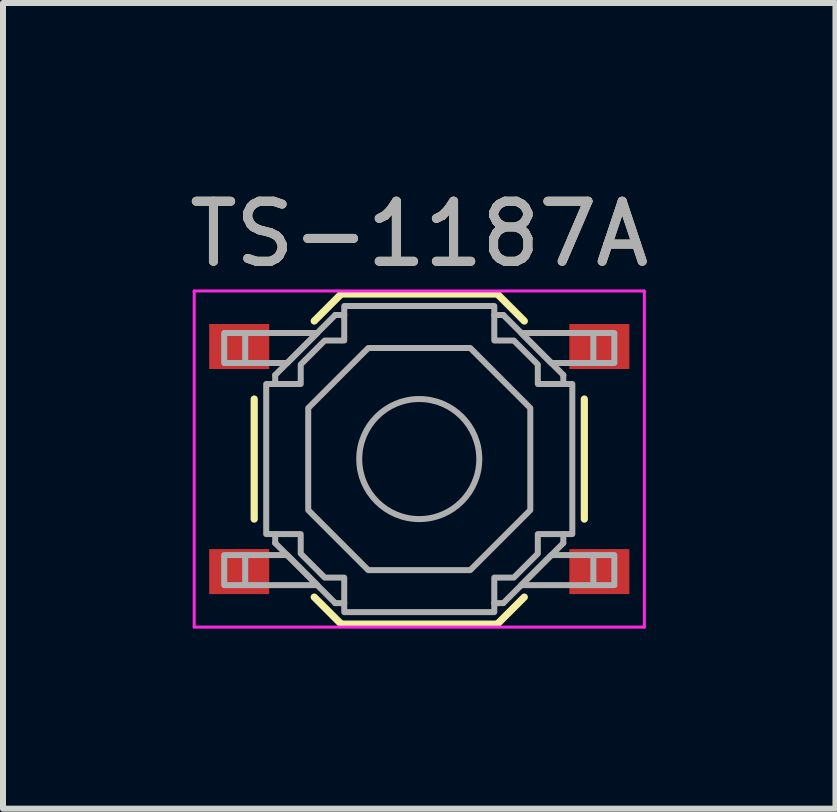
<source format=kicad_pcb>
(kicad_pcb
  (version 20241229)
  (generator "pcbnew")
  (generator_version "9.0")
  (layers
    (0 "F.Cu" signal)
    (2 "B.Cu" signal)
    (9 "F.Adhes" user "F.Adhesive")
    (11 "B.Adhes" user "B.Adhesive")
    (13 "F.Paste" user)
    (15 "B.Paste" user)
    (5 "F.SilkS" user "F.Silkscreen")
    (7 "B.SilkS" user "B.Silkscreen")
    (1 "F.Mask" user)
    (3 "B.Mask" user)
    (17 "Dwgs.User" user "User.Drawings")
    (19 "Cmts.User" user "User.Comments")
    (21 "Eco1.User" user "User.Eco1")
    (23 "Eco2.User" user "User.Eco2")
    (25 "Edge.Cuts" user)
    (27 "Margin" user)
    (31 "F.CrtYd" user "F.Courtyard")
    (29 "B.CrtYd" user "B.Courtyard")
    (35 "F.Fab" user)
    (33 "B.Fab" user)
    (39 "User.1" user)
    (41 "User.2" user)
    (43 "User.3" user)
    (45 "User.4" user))
  (footprint "TS-1187A"
    (layer "F.Cu")
    (at 3.935 4.598)
    (property "Reference" "TS-1187A" (at 0 -3.75 0) (layer "F.SilkS") (effects (font (size 1 1) (thickness 0.15))))
    (attr smd)
    (fp_line (start -2.75 -1) (end -2.75 1) (stroke (width 0.12) (type solid)) (layer "F.SilkS"))
    (fp_line (start -1.75 -2.3) (end -1.3 -2.75) (stroke (width 0.12) (type solid)) (layer "F.SilkS"))
    (fp_line (start -1.75 2.3) (end -1.3 2.75) (stroke (width 0.12) (type solid)) (layer "F.SilkS"))
    (fp_line (start -1.3 -2.75) (end 1.3 -2.75) (stroke (width 0.12) (type solid)) (layer "F.SilkS"))
    (fp_line (start -1.3 2.75) (end 1.3 2.75) (stroke (width 0.12) (type solid)) (layer "F.SilkS"))
    (fp_line (start 1.75 -2.3) (end 1.3 -2.75) (stroke (width 0.12) (type solid)) (layer "F.SilkS"))
    (fp_line (start 1.75 2.3) (end 1.3 2.75) (stroke (width 0.12) (type solid)) (layer "F.SilkS"))
    (fp_line (start 2.75 -1) (end 2.75 1) (stroke (width 0.12) (type solid)) (layer "F.SilkS"))
    (fp_line (start -3.75 -2.8) (end 3.75 -2.8) (stroke (width 0.05) (type solid)) (layer "F.CrtYd"))
    (fp_line (start -3.75 2.8) (end -3.75 -2.8) (stroke (width 0.05) (type solid)) (layer "F.CrtYd"))
    (fp_line (start 3.75 -2.8) (end 3.75 2.8) (stroke (width 0.05) (type solid)) (layer "F.CrtYd"))
    (fp_line (start 3.75 2.8) (end -3.75 2.8) (stroke (width 0.05) (type solid)) (layer "F.CrtYd"))
    (fp_line (start -2.9 -2.1) (end -2.9 -1.6) (stroke (width 0.1) (type solid)) (layer "F.Fab"))
    (fp_line (start -2.9 2.1) (end -2.9 1.6) (stroke (width 0.1) (type solid)) (layer "F.Fab"))
    (fp_line (start -2.4 -1.4) (end -1.4 -2.4) (stroke (width 0.1) (type solid)) (layer "F.Fab"))
    (fp_line (start -2.4 -1.25) (end -2.4 -1.4) (stroke (width 0.1) (type solid)) (layer "F.Fab"))
    (fp_line (start -2.4 1.4) (end -2.4 1.25) (stroke (width 0.1) (type solid)) (layer "F.Fab"))
    (fp_line (start -1.4 -2.4) (end -1.25 -2.4) (stroke (width 0.1) (type solid)) (layer "F.Fab"))
    (fp_line (start -1.4 2.4) (end -2.4 1.4) (stroke (width 0.1) (type solid)) (layer "F.Fab"))
    (fp_line (start -1.25 2.4) (end -1.4 2.4) (stroke (width 0.1) (type solid)) (layer "F.Fab"))
    (fp_line (start 1.25 -2.4) (end 1.4 -2.4) (stroke (width 0.1) (type solid)) (layer "F.Fab"))
    (fp_line (start 1.4 -2.4) (end 2.4 -1.4) (stroke (width 0.1) (type solid)) (layer "F.Fab"))
    (fp_line (start 1.4 2.4) (end 1.25 2.4) (stroke (width 0.1) (type solid)) (layer "F.Fab"))
    (fp_line (start 2.4 -1.4) (end 2.4 -1.25) (stroke (width 0.1) (type solid)) (layer "F.Fab"))
    (fp_line (start 2.4 1.25) (end 2.4 1.4) (stroke (width 0.1) (type solid)) (layer "F.Fab"))
    (fp_line (start 2.4 1.4) (end 1.4 2.4) (stroke (width 0.1) (type solid)) (layer "F.Fab"))
    (fp_line (start 2.9 -2.1) (end 2.9 -1.6) (stroke (width 0.1) (type solid)) (layer "F.Fab"))
    (fp_line (start 2.9 2.1) (end 2.9 1.6) (stroke (width 0.1) (type solid)) (layer "F.Fab"))
    (fp_circle (center 0 0) (end 1 0) (stroke (width 0.1) (type solid)) (fill no) (layer "F.Fab"))
    (fp_poly (pts (xy -1.7 -2.1) (xy -2.2 -1.6) (xy -3.25 -1.6) (xy -3.25 -2.1)) (stroke (width 0.1) (type solid)) (fill no) (layer "F.Fab"))
    (fp_poly (pts (xy -1.7 2.1) (xy -2.2 1.6) (xy -3.25 1.6) (xy -3.25 2.1)) (stroke (width 0.1) (type solid)) (fill no) (layer "F.Fab"))
    (fp_poly (pts (xy 1.7 -2.1) (xy 2.2 -1.6) (xy 3.25 -1.6) (xy 3.25 -2.1)) (stroke (width 0.1) (type solid)) (fill no) (layer "F.Fab"))
    (fp_poly (pts (xy 1.7 2.1) (xy 2.2 1.6) (xy 3.25 1.6) (xy 3.25 2.1)) (stroke (width 0.1) (type solid)) (fill no) (layer "F.Fab"))
    (fp_poly (pts (xy 0.85 -1.85) (xy 1.85 -0.85) (xy 1.85 0.85) (xy 0.85 1.85) (xy -0.85 1.85) (xy -1.85 0.85) (xy -1.85 -0.85) (xy -0.85 -1.85)) (stroke (width 0.1) (type solid)) (fill no) (layer "F.Fab"))
    (fp_poly (pts (xy -1.25 -2.55) (xy 1.25 -2.55) (xy 1.25 -1.975) (xy 1.575 -1.975) (xy 1.975 -1.575) (xy 1.975 -1.25) (xy 2.55 -1.25) (xy 2.55 1.25) (xy 1.975 1.25) (xy 1.975 1.575) (xy 1.575 1.975) (xy 1.25 1.975) (xy 1.25 2.55) (xy -1.25 2.55) (xy -1.25 1.975) (xy -1.575 1.975) (xy -1.975 1.575) (xy -1.975 1.25) (xy -2.55 1.25) (xy -2.55 -1.25) (xy -1.975 -1.25) (xy -1.975 -1.575) (xy -1.575 -1.975) (xy -1.25 -1.975)) (stroke (width 0.1) (type solid)) (fill no) (layer "F.Fab"))
    (fp_text user "${REFERENCE}" (at 0 -3.75 0) (layer "F.Fab") (effects (font (size 1 1) (thickness 0.15))))
    (pad "1" smd rect (at -3 -1.875) (size 1 0.75) (layers "F.Cu" "F.Mask" "F.Paste"))
    (pad "1" smd rect (at 3 -1.875) (size 1 0.75) (layers "F.Cu" "F.Mask" "F.Paste"))
    (pad "2" smd rect (at -3 1.875) (size 1 0.75) (layers "F.Cu" "F.Mask" "F.Paste"))
    (pad "2" smd rect (at 3 1.875) (size 1 0.75) (layers "F.Cu" "F.Mask" "F.Paste")))
  (gr_rect
    (start -3 -3)
    (end 10.869 10.423)
    (stroke (width 0.1) (type default))
    (fill no)
    (layer "Edge.Cuts")))
</source>
